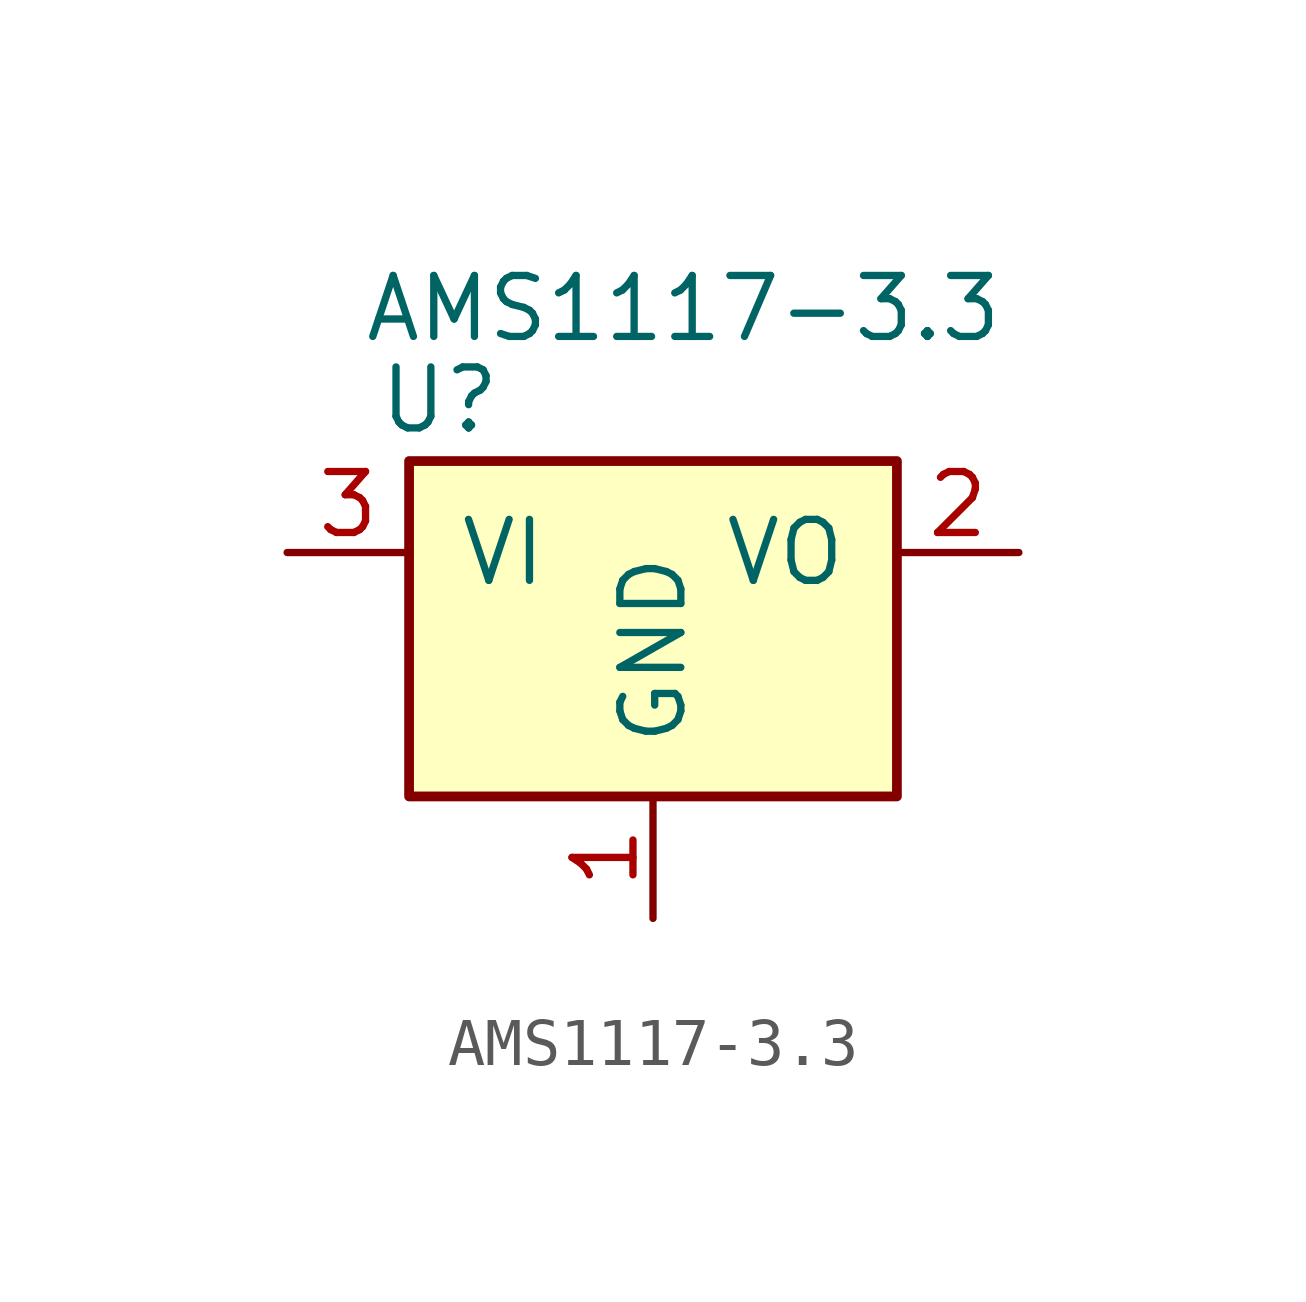
<source format=kicad_sym>
(kicad_symbol_lib
  (version 20241209)
  (generator "kicad_symbol_editor")
  (generator_version "9.0")
  (symbol "AMS1117-3.3"
    (pin_names
      (offset 1.016))
    (property "Reference" "U"
      (at -4.445 4.445 0)
      (effects (font (size 1.27 1.27))))
    (property "Value" "AMS1117-3.3"
      (at 0.635 6.35 0)
      (effects (font (size 1.27 1.27))))
    (symbol "AMS1117-3.3_0_1"
      (rectangle (start -5.08 3.175) (end 5.08 -3.81) (stroke (width 0.203) (type solid)) (fill (type background))))
    (symbol "AMS1117-3.3_1_1"
      (pin power_in line (at -7.62 1.27 0) (length 2.54) (name "VI" (effects (font (size 1.27 1.27)))) (number "3" (effects (font (size 1.27 1.27)))))
      (pin power_in line (at 0 -6.35 90) (length 2.54) (name "GND" (effects (font (size 1.27 1.27)))) (number "1" (effects (font (size 1.27 1.27)))))
      (pin power_out line (at 7.62 1.27 180) (length 2.54) (name "VO" (effects (font (size 1.27 1.27)))) (number "2" (effects (font (size 1.27 1.27))))))))
</source>
